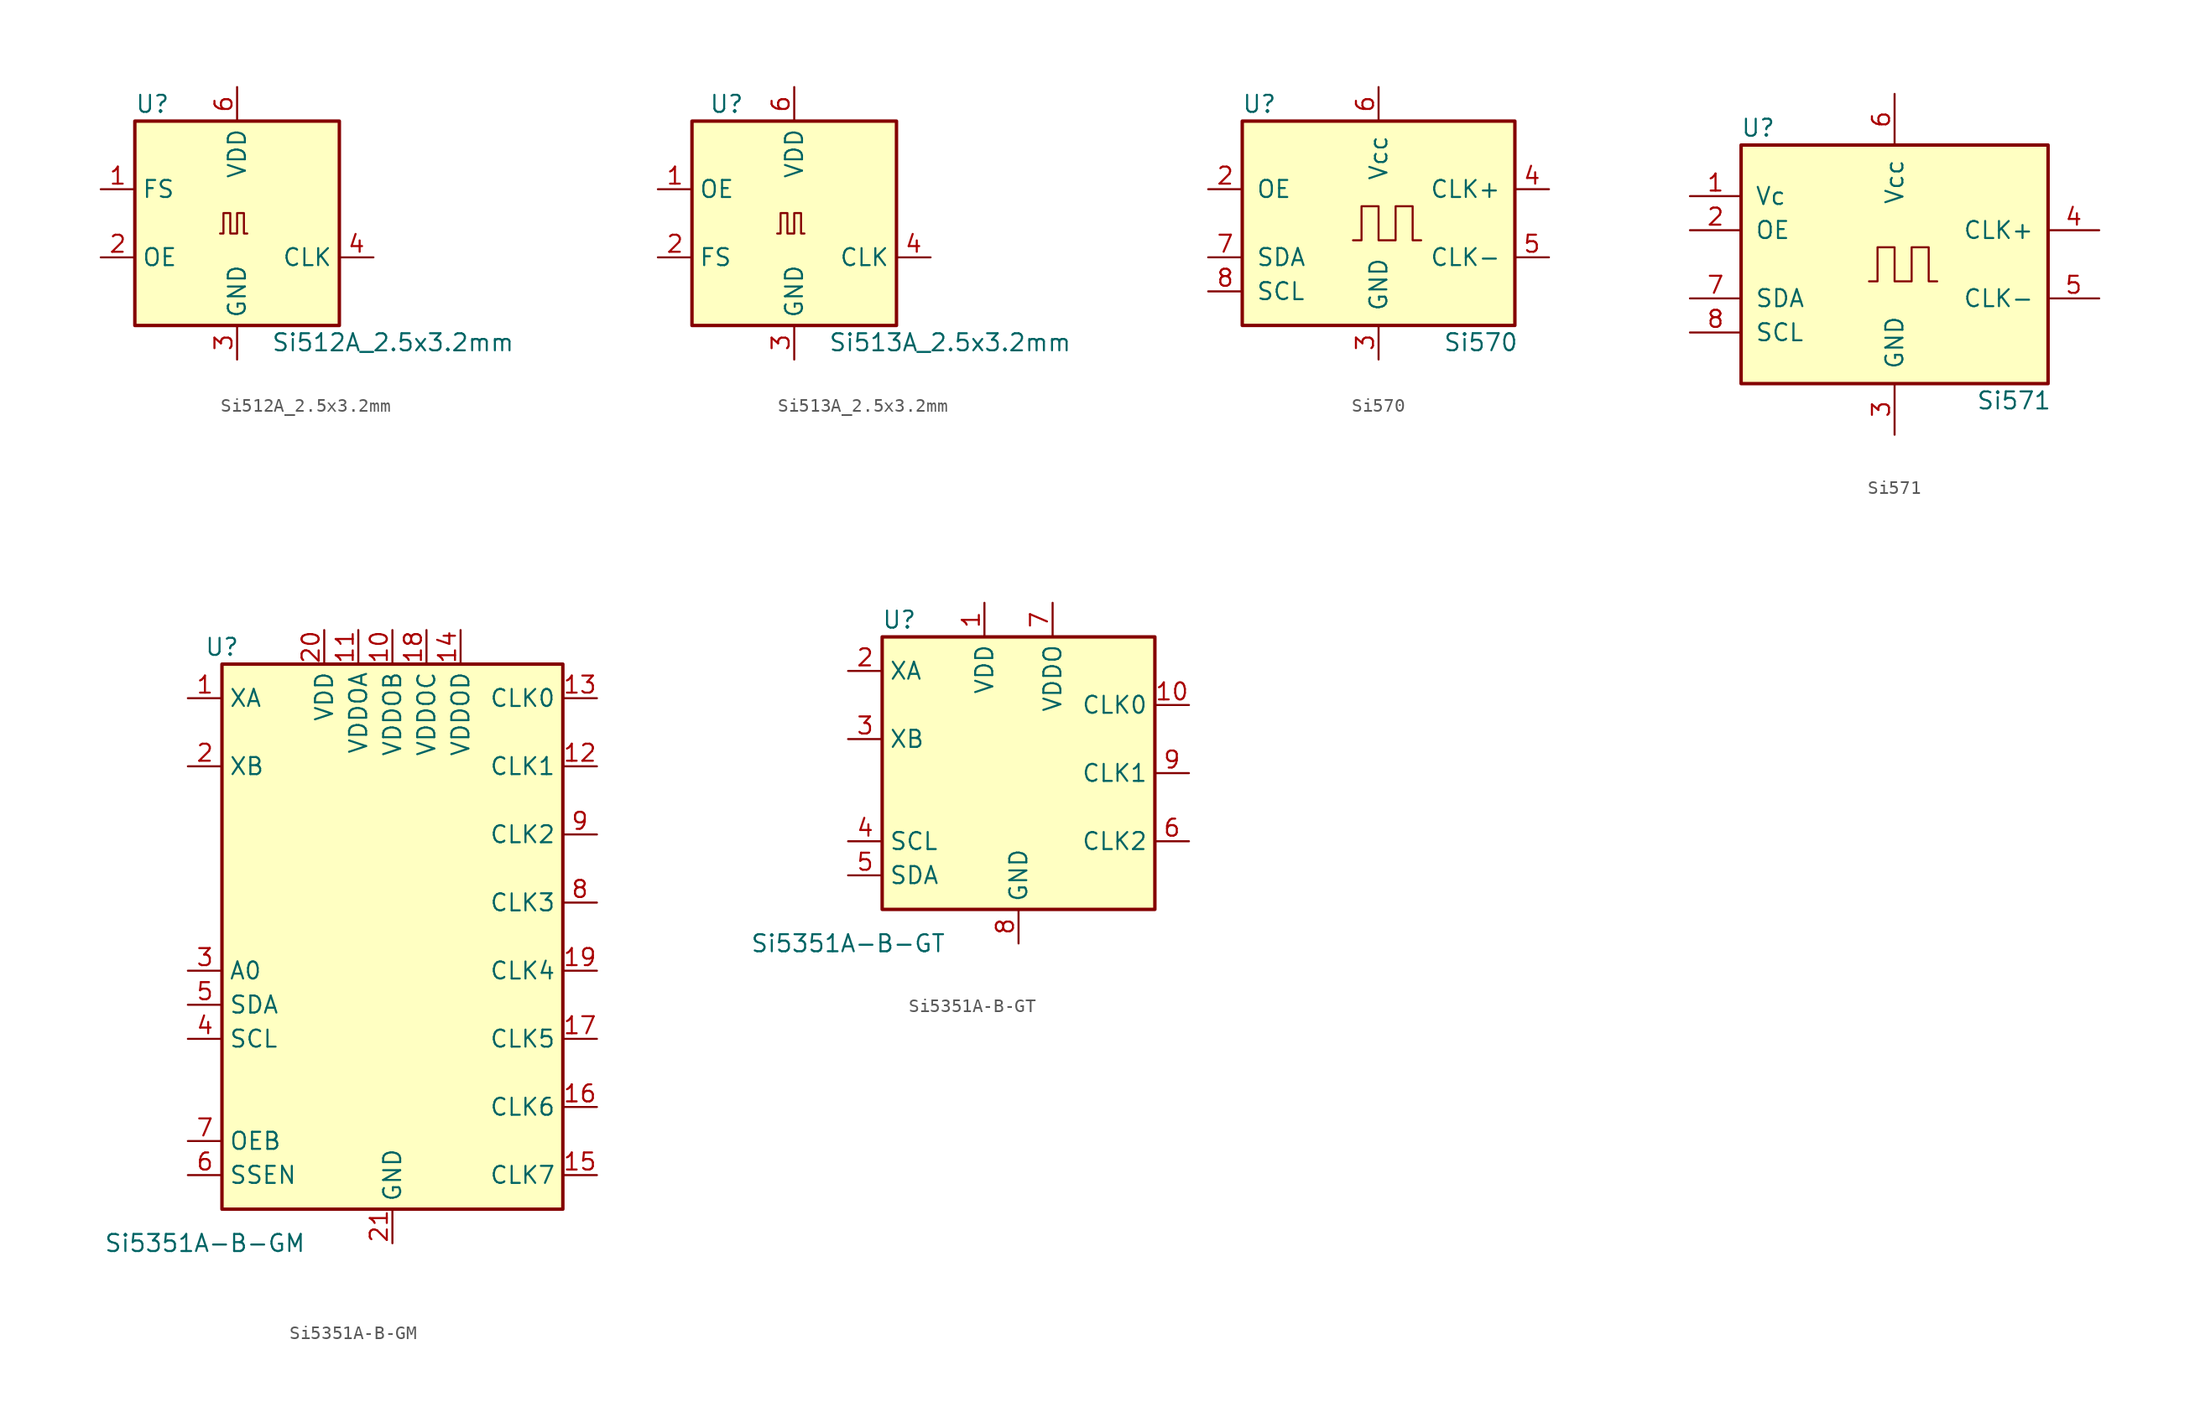
<source format=kicad_sym>
(kicad_symbol_lib
  (version 20201005)
  (generator kicad_symbol_editor)
  (symbol "Oscillator:Si512A_2.5x3.2mm"
    (property "Reference" "U"
      (at -7.62 8.89 0)
      (effects (font (size 1.27 1.27)) (justify left)))
    (property "Value" "Si512A_2.5x3.2mm"
      (at 2.54 -8.89 0)
      (effects (font (size 1.27 1.27)) (justify left)))
    (symbol "Si512A_2.5x3.2mm_0_1"
      (rectangle (start -7.62 7.62) (end 7.62 -7.62) (stroke (width 0.254)) (fill (type background)))
      (polyline (pts (xy -1.27 -0.762) (xy -1.016 -0.762) (xy -1.016 0.762) (xy -0.508 0.762) (xy -0.508 -0.762) (xy 0 -0.762) (xy 0 0.762) (xy 0.508 0.762) (xy 0.508 -0.762) (xy 0.762 -0.762)) (stroke (width 0)) (fill (type none))))
    (symbol "Si512A_2.5x3.2mm_1_1"
      (pin input line (at -10.16 2.54 0) (length 2.54) (name "FS" (effects (font (size 1.27 1.27)))) (number "1" (effects (font (size 1.27 1.27)))))
      (pin input line (at -10.16 -2.54 0) (length 2.54) (name "OE" (effects (font (size 1.27 1.27)))) (number "2" (effects (font (size 1.27 1.27)))))
      (pin power_in line (at 0 -10.16 90) (length 2.54) (name "GND" (effects (font (size 1.27 1.27)))) (number "3" (effects (font (size 1.27 1.27)))))
      (pin output line (at 10.16 -2.54 180) (length 2.54) (name "CLK" (effects (font (size 1.27 1.27)))) (number "4" (effects (font (size 1.27 1.27)))))
      (pin no_connect line (at 7.62 2.54 180) (length 2.54) hide (name "NC" (effects (font (size 1.27 1.27)))) (number "5" (effects (font (size 1.27 1.27)))))
      (pin power_in line (at 0 10.16 270) (length 2.54) (name "VDD" (effects (font (size 1.27 1.27)))) (number "6" (effects (font (size 1.27 1.27)))))))
  (symbol "Oscillator:Si513A_2.5x3.2mm"
    (property "Reference" "U"
      (at -6.35 8.89 0)
      (effects (font (size 1.27 1.27)) (justify left)))
    (property "Value" "Si513A_2.5x3.2mm"
      (at 2.54 -8.89 0)
      (effects (font (size 1.27 1.27)) (justify left)))
    (symbol "Si513A_2.5x3.2mm_0_1"
      (rectangle (start -7.62 7.62) (end 7.62 -7.62) (stroke (width 0.254)) (fill (type background)))
      (polyline (pts (xy -1.27 -0.762) (xy -1.016 -0.762) (xy -1.016 0.762) (xy -0.508 0.762) (xy -0.508 -0.762) (xy 0 -0.762) (xy 0 0.762) (xy 0.508 0.762) (xy 0.508 -0.762) (xy 0.762 -0.762)) (stroke (width 0)) (fill (type none))))
    (symbol "Si513A_2.5x3.2mm_1_1"
      (pin input line (at -10.16 2.54 0) (length 2.54) (name "OE" (effects (font (size 1.27 1.27)))) (number "1" (effects (font (size 1.27 1.27)))))
      (pin input line (at -10.16 -2.54 0) (length 2.54) (name "FS" (effects (font (size 1.27 1.27)))) (number "2" (effects (font (size 1.27 1.27)))))
      (pin power_in line (at 0 -10.16 90) (length 2.54) (name "GND" (effects (font (size 1.27 1.27)))) (number "3" (effects (font (size 1.27 1.27)))))
      (pin output line (at 10.16 -2.54 180) (length 2.54) (name "CLK" (effects (font (size 1.27 1.27)))) (number "4" (effects (font (size 1.27 1.27)))))
      (pin no_connect line (at 7.62 2.54 180) (length 2.54) hide (name "NC" (effects (font (size 1.27 1.27)))) (number "5" (effects (font (size 1.27 1.27)))))
      (pin power_in line (at 0 10.16 270) (length 2.54) (name "VDD" (effects (font (size 1.27 1.27)))) (number "6" (effects (font (size 1.27 1.27)))))))
  (symbol "Oscillator:Si570"
    (pin_names
      (offset 1.016))
    (property "Reference" "U"
      (at -8.89 8.89 0)
      (effects (font (size 1.27 1.27))))
    (property "Value" "Si570"
      (at 7.62 -8.89 0)
      (effects (font (size 1.27 1.27))))
    (symbol "Si570_0_1"
      (rectangle (start -10.16 7.62) (end 10.16 -7.62) (stroke (width 0.254)) (fill (type background)))
      (polyline (pts (xy -1.905 -1.27) (xy -1.27 -1.27) (xy -1.27 1.27) (xy 0 1.27) (xy 0 -1.27) (xy 1.27 -1.27) (xy 1.27 1.27) (xy 2.54 1.27) (xy 2.54 -1.27) (xy 3.175 -1.27)) (stroke (width 0)) (fill (type none))))
    (symbol "Si570_1_1"
      (pin no_connect line (at -10.16 5.08 0) (length 2.54) hide (name "NC" (effects (font (size 1.27 1.27)))) (number "1" (effects (font (size 1.27 1.27)))))
      (pin input line (at -12.7 2.54 0) (length 2.54) (name "OE" (effects (font (size 1.27 1.27)))) (number "2" (effects (font (size 1.27 1.27)))))
      (pin power_in line (at 0 -10.16 90) (length 2.54) (name "GND" (effects (font (size 1.27 1.27)))) (number "3" (effects (font (size 1.27 1.27)))))
      (pin output line (at 12.7 2.54 180) (length 2.54) (name "CLK+" (effects (font (size 1.27 1.27)))) (number "4" (effects (font (size 1.27 1.27)))))
      (pin output line (at 12.7 -2.54 180) (length 2.54) (name "CLK-" (effects (font (size 1.27 1.27)))) (number "5" (effects (font (size 1.27 1.27)))))
      (pin power_in line (at 0 10.16 270) (length 2.54) (name "Vcc" (effects (font (size 1.27 1.27)))) (number "6" (effects (font (size 1.27 1.27)))))
      (pin bidirectional line (at -12.7 -2.54 0) (length 2.54) (name "SDA" (effects (font (size 1.27 1.27)))) (number "7" (effects (font (size 1.27 1.27)))))
      (pin input line (at -12.7 -5.08 0) (length 2.54) (name "SCL" (effects (font (size 1.27 1.27)))) (number "8" (effects (font (size 1.27 1.27)))))))
  (symbol "Oscillator:Si571"
    (pin_names
      (offset 1.016))
    (property "Reference" "U"
      (at -10.16 10.16 0)
      (effects (font (size 1.27 1.27))))
    (property "Value" "Si571"
      (at 8.89 -10.16 0)
      (effects (font (size 1.27 1.27))))
    (symbol "Si571_0_1"
      (rectangle (start -11.43 8.89) (end 11.43 -8.89) (stroke (width 0.254)) (fill (type background)))
      (polyline (pts (xy -1.905 -1.27) (xy -1.27 -1.27) (xy -1.27 1.27) (xy 0 1.27) (xy 0 -1.27) (xy 1.27 -1.27) (xy 1.27 1.27) (xy 2.54 1.27) (xy 2.54 -1.27) (xy 3.175 -1.27)) (stroke (width 0)) (fill (type none))))
    (symbol "Si571_1_1"
      (pin input line (at -15.24 5.08 0) (length 3.81) (name "Vc" (effects (font (size 1.27 1.27)))) (number "1" (effects (font (size 1.27 1.27)))))
      (pin input line (at -15.24 2.54 0) (length 3.81) (name "OE" (effects (font (size 1.27 1.27)))) (number "2" (effects (font (size 1.27 1.27)))))
      (pin power_in line (at 0 -12.7 90) (length 3.81) (name "GND" (effects (font (size 1.27 1.27)))) (number "3" (effects (font (size 1.27 1.27)))))
      (pin output line (at 15.24 2.54 180) (length 3.81) (name "CLK+" (effects (font (size 1.27 1.27)))) (number "4" (effects (font (size 1.27 1.27)))))
      (pin output line (at 15.24 -2.54 180) (length 3.81) (name "CLK-" (effects (font (size 1.27 1.27)))) (number "5" (effects (font (size 1.27 1.27)))))
      (pin power_in line (at 0 12.7 270) (length 3.81) (name "Vcc" (effects (font (size 1.27 1.27)))) (number "6" (effects (font (size 1.27 1.27)))))
      (pin bidirectional line (at -15.24 -2.54 0) (length 3.81) (name "SDA" (effects (font (size 1.27 1.27)))) (number "7" (effects (font (size 1.27 1.27)))))
      (pin input line (at -15.24 -5.08 0) (length 3.81) (name "SCL" (effects (font (size 1.27 1.27)))) (number "8" (effects (font (size 1.27 1.27)))))))
  (symbol "Oscillator:Si5351A-B-GM"
    (property "Reference" "U"
      (at -12.7 21.59 0)
      (effects (font (size 1.27 1.27))))
    (property "Value" "Si5351A-B-GM"
      (at -13.97 -22.86 0)
      (effects (font (size 1.27 1.27))))
    (symbol "Si5351A-B-GM_1_1"
      (rectangle (start -12.7 20.32) (end 12.7 -20.32) (stroke (width 0.254)) (fill (type background)))
      (pin input line (at -15.24 17.78 0) (length 2.54) (name "XA" (effects (font (size 1.27 1.27)))) (number "1" (effects (font (size 1.27 1.27)))))
      (pin power_in line (at 0 22.86 270) (length 2.54) (name "VDDOB" (effects (font (size 1.27 1.27)))) (number "10" (effects (font (size 1.27 1.27)))))
      (pin power_in line (at -2.54 22.86 270) (length 2.54) (name "VDDOA" (effects (font (size 1.27 1.27)))) (number "11" (effects (font (size 1.27 1.27)))))
      (pin output line (at 15.24 12.7 180) (length 2.54) (name "CLK1" (effects (font (size 1.27 1.27)))) (number "12" (effects (font (size 1.27 1.27)))))
      (pin output line (at 15.24 17.78 180) (length 2.54) (name "CLK0" (effects (font (size 1.27 1.27)))) (number "13" (effects (font (size 1.27 1.27)))))
      (pin power_in line (at 5.08 22.86 270) (length 2.54) (name "VDDOD" (effects (font (size 1.27 1.27)))) (number "14" (effects (font (size 1.27 1.27)))))
      (pin output line (at 15.24 -17.78 180) (length 2.54) (name "CLK7" (effects (font (size 1.27 1.27)))) (number "15" (effects (font (size 1.27 1.27)))))
      (pin output line (at 15.24 -12.7 180) (length 2.54) (name "CLK6" (effects (font (size 1.27 1.27)))) (number "16" (effects (font (size 1.27 1.27)))))
      (pin output line (at 15.24 -7.62 180) (length 2.54) (name "CLK5" (effects (font (size 1.27 1.27)))) (number "17" (effects (font (size 1.27 1.27)))))
      (pin power_in line (at 2.54 22.86 270) (length 2.54) (name "VDDOC" (effects (font (size 1.27 1.27)))) (number "18" (effects (font (size 1.27 1.27)))))
      (pin output line (at 15.24 -2.54 180) (length 2.54) (name "CLK4" (effects (font (size 1.27 1.27)))) (number "19" (effects (font (size 1.27 1.27)))))
      (pin input line (at -15.24 12.7 0) (length 2.54) (name "XB" (effects (font (size 1.27 1.27)))) (number "2" (effects (font (size 1.27 1.27)))))
      (pin power_in line (at -5.08 22.86 270) (length 2.54) (name "VDD" (effects (font (size 1.27 1.27)))) (number "20" (effects (font (size 1.27 1.27)))))
      (pin power_in line (at 0 -22.86 90) (length 2.54) (name "GND" (effects (font (size 1.27 1.27)))) (number "21" (effects (font (size 1.27 1.27)))))
      (pin input line (at -15.24 -2.54 0) (length 2.54) (name "A0" (effects (font (size 1.27 1.27)))) (number "3" (effects (font (size 1.27 1.27)))))
      (pin input line (at -15.24 -7.62 0) (length 2.54) (name "SCL" (effects (font (size 1.27 1.27)))) (number "4" (effects (font (size 1.27 1.27)))))
      (pin bidirectional line (at -15.24 -5.08 0) (length 2.54) (name "SDA" (effects (font (size 1.27 1.27)))) (number "5" (effects (font (size 1.27 1.27)))))
      (pin input line (at -15.24 -17.78 0) (length 2.54) (name "SSEN" (effects (font (size 1.27 1.27)))) (number "6" (effects (font (size 1.27 1.27)))))
      (pin input line (at -15.24 -15.24 0) (length 2.54) (name "OEB" (effects (font (size 1.27 1.27)))) (number "7" (effects (font (size 1.27 1.27)))))
      (pin output line (at 15.24 2.54 180) (length 2.54) (name "CLK3" (effects (font (size 1.27 1.27)))) (number "8" (effects (font (size 1.27 1.27)))))
      (pin output line (at 15.24 7.62 180) (length 2.54) (name "CLK2" (effects (font (size 1.27 1.27)))) (number "9" (effects (font (size 1.27 1.27)))))))
  (symbol "Oscillator:Si5351A-B-GT"
    (property "Reference" "U"
      (at -8.89 11.43 0)
      (effects (font (size 1.27 1.27))))
    (property "Value" "Si5351A-B-GT"
      (at -12.7 -12.7 0)
      (effects (font (size 1.27 1.27))))
    (symbol "Si5351A-B-GT_0_1"
      (rectangle (start -10.16 10.16) (end 10.16 -10.16) (stroke (width 0.254)) (fill (type background))))
    (symbol "Si5351A-B-GT_1_1"
      (pin power_in line (at -2.54 12.7 270) (length 2.54) (name "VDD" (effects (font (size 1.27 1.27)))) (number "1" (effects (font (size 1.27 1.27)))))
      (pin output line (at 12.7 5.08 180) (length 2.54) (name "CLK0" (effects (font (size 1.27 1.27)))) (number "10" (effects (font (size 1.27 1.27)))))
      (pin input line (at -12.7 7.62 0) (length 2.54) (name "XA" (effects (font (size 1.27 1.27)))) (number "2" (effects (font (size 1.27 1.27)))))
      (pin input line (at -12.7 2.54 0) (length 2.54) (name "XB" (effects (font (size 1.27 1.27)))) (number "3" (effects (font (size 1.27 1.27)))))
      (pin input line (at -12.7 -5.08 0) (length 2.54) (name "SCL" (effects (font (size 1.27 1.27)))) (number "4" (effects (font (size 1.27 1.27)))))
      (pin bidirectional line (at -12.7 -7.62 0) (length 2.54) (name "SDA" (effects (font (size 1.27 1.27)))) (number "5" (effects (font (size 1.27 1.27)))))
      (pin output line (at 12.7 -5.08 180) (length 2.54) (name "CLK2" (effects (font (size 1.27 1.27)))) (number "6" (effects (font (size 1.27 1.27)))))
      (pin power_in line (at 2.54 12.7 270) (length 2.54) (name "VDDO" (effects (font (size 1.27 1.27)))) (number "7" (effects (font (size 1.27 1.27)))))
      (pin power_in line (at 0 -12.7 90) (length 2.54) (name "GND" (effects (font (size 1.27 1.27)))) (number "8" (effects (font (size 1.27 1.27)))))
      (pin output line (at 12.7 0 180) (length 2.54) (name "CLK1" (effects (font (size 1.27 1.27)))) (number "9" (effects (font (size 1.27 1.27))))))))
</source>
